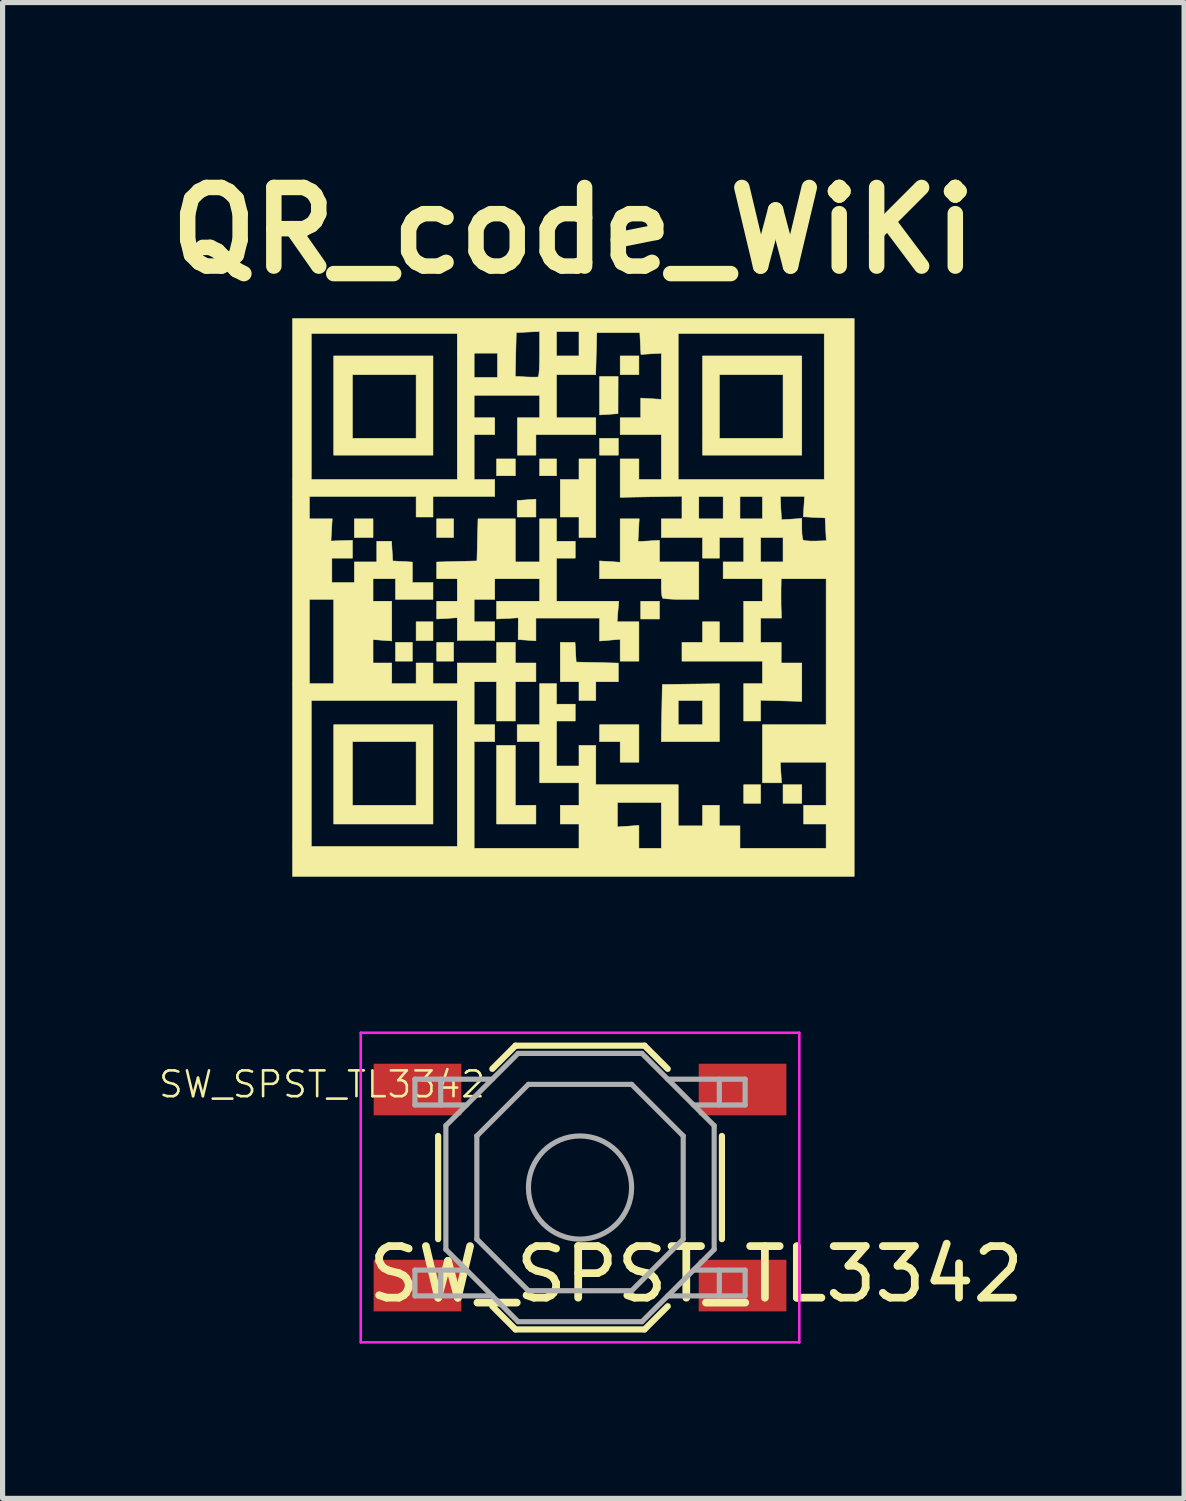
<source format=kicad_pcb>
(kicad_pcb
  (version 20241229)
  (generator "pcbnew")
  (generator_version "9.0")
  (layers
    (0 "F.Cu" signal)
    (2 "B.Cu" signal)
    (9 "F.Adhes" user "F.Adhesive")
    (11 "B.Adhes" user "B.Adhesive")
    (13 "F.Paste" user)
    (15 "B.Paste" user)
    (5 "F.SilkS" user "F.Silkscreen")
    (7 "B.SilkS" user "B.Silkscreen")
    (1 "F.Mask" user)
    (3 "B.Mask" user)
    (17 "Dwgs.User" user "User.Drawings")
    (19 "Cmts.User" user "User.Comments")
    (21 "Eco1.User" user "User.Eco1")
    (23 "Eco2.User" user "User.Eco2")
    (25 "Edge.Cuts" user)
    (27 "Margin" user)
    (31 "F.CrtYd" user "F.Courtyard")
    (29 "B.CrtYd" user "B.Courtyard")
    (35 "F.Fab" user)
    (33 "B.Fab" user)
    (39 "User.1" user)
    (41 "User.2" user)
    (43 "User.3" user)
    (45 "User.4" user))
  (footprint "QR_code_WiKi"
    (layer "F.Cu")
    (at 8.063 8.53)
    (property "Reference" "QR_code_WiKi" (at 0 -7.112 0) (layer "F.SilkS") (effects (font (size 1.524 1.524) (thickness 0.3))))
    (attr through_hole)
    (fp_poly (pts (xy -3.883 -1.161) (xy -4.245 -1.161) (xy -4.245 -1.524) (xy -3.883 -1.524)) (stroke (width 0.01) (type solid)) (fill yes) (layer "F.SilkS"))
    (fp_poly (pts (xy -3.121 1.234) (xy -3.447 1.234) (xy -3.447 0.871) (xy -3.121 0.871)) (stroke (width 0.01) (type solid)) (fill yes) (layer "F.SilkS"))
    (fp_poly (pts (xy -2.721 0.835) (xy -3.048 0.835) (xy -3.048 0.472) (xy -2.721 0.472)) (stroke (width 0.01) (type solid)) (fill yes) (layer "F.SilkS"))
    (fp_poly (pts (xy -2.322 -1.161) (xy -2.649 -1.161) (xy -2.649 -1.524) (xy -2.322 -1.524)) (stroke (width 0.01) (type solid)) (fill yes) (layer "F.SilkS"))
    (fp_poly (pts (xy -2.322 1.234) (xy -2.649 1.234) (xy -2.649 0.871) (xy -2.322 0.871)) (stroke (width 0.01) (type solid)) (fill yes) (layer "F.SilkS"))
    (fp_poly (pts (xy -1.125 -2.359) (xy -1.488 -2.359) (xy -1.488 -2.685) (xy -1.125 -2.685)) (stroke (width 0.01) (type solid)) (fill yes) (layer "F.SilkS"))
    (fp_poly (pts (xy -0.327 -2.359) (xy -0.653 -2.359) (xy -0.653 -2.685) (xy -0.327 -2.685)) (stroke (width 0.01) (type solid)) (fill yes) (layer "F.SilkS"))
    (fp_poly (pts (xy 0.871 -2.758) (xy 0.508 -2.758) (xy 0.508 -3.084) (xy 0.871 -3.084)) (stroke (width 0.01) (type solid)) (fill yes) (layer "F.SilkS"))
    (fp_poly (pts (xy 1.27 -4.318) (xy 0.907 -4.318) (xy 0.907 -4.681) (xy 1.27 -4.681)) (stroke (width 0.01) (type solid)) (fill yes) (layer "F.SilkS"))
    (fp_poly (pts (xy 1.669 0.417) (xy 1.306 0.417) (xy 1.306 0.073) (xy 1.669 0.073)) (stroke (width 0.01) (type solid)) (fill yes) (layer "F.SilkS"))
    (fp_poly (pts (xy 3.629 3.991) (xy 3.302 3.991) (xy 3.302 3.629) (xy 3.629 3.629)) (stroke (width 0.01) (type solid)) (fill yes) (layer "F.SilkS"))
    (fp_poly (pts (xy 4.427 3.991) (xy 4.064 3.991) (xy 4.064 3.629) (xy 4.427 3.629)) (stroke (width 0.01) (type solid)) (fill yes) (layer "F.SilkS"))
    (fp_poly (pts (xy -1.125 4.028) (xy -0.726 4.028) (xy -0.726 4.391) (xy -1.488 4.391) (xy -1.488 2.867) (xy -1.125 2.867)) (stroke (width 0.01) (type solid)) (fill yes) (layer "F.SilkS"))
    (fp_poly (pts (xy -0.726 -1.733) (xy -0.726 -1.56) (xy -1.089 -1.56) (xy -1.089 -1.88) (xy -0.907 -1.892) (xy -0.726 -1.905)) (stroke (width 0.01) (type solid)) (fill yes) (layer "F.SilkS"))
    (fp_poly (pts (xy 0.865 -3.563) (xy 0.686 -3.55) (xy 0.508 -3.538) (xy 0.508 -3.91) (xy 0.508 -4.282) (xy 0.867 -4.282)) (stroke (width 0.01) (type solid)) (fill yes) (layer "F.SilkS"))
    (fp_poly (pts (xy 1.27 3.193) (xy 0.907 3.193) (xy 0.907 2.794) (xy 0.508 2.794) (xy 0.508 2.467) (xy 1.27 2.467)) (stroke (width 0.01) (type solid)) (fill yes) (layer "F.SilkS"))
    (fp_poly (pts (xy 0.435 -1.161) (xy 0.109 -1.161) (xy 0.109 -1.56) (xy -0.254 -1.56) (xy -0.254 -2.286) (xy 0.109 -2.286) (xy 0.109 -2.685) (xy 0.435 -2.685)) (stroke (width 0.01) (type solid)) (fill yes) (layer "F.SilkS"))
    (fp_poly (pts (xy -2.721 -2.758) (xy -4.645 -2.758) (xy -4.645 -4.318) (xy -4.282 -4.318) (xy -4.282 -3.084) (xy -3.048 -3.084) (xy -3.048 -4.318) (xy -4.282 -4.318) (xy -4.645 -4.318) (xy -4.645 -4.681) (xy -2.721 -4.681)) (stroke (width 0.01) (type solid)) (fill yes) (layer "F.SilkS"))
    (fp_poly (pts (xy -2.721 4.391) (xy -4.645 4.391) (xy -4.645 2.794) (xy -4.282 2.794) (xy -4.282 4.028) (xy -3.048 4.028) (xy -3.048 2.794) (xy -4.282 2.794) (xy -4.645 2.794) (xy -4.645 2.467) (xy -2.721 2.467)) (stroke (width 0.01) (type solid)) (fill yes) (layer "F.SilkS"))
    (fp_poly (pts (xy 4.427 -2.758) (xy 2.504 -2.758) (xy 2.504 -4.318) (xy 2.83 -4.318) (xy 2.83 -3.084) (xy 4.064 -3.084) (xy 4.064 -4.318) (xy 2.83 -4.318) (xy 2.504 -4.318) (xy 2.504 -4.681) (xy 4.427 -4.681)) (stroke (width 0.01) (type solid)) (fill yes) (layer "F.SilkS"))
    (fp_poly (pts (xy 0.043 1.061) (xy 0.054 1.252) (xy 0.463 1.262) (xy 0.871 1.272) (xy 0.871 1.633) (xy 0.435 1.633) (xy 0.435 1.996) (xy 0.109 1.996) (xy 0.109 1.633) (xy -0.254 1.633) (xy -0.254 0.871) (xy 0.032 0.871)) (stroke (width 0.01) (type solid)) (fill yes) (layer "F.SilkS"))
    (fp_poly (pts (xy 2.83 2.794) (xy 1.704 2.794) (xy 1.718 1.996) (xy 2.032 1.996) (xy 2.032 2.467) (xy 2.504 2.467) (xy 2.504 1.996) (xy 2.032 1.996) (xy 1.718 1.996) (xy 1.724 1.687) (xy 2.277 1.679) (xy 2.83 1.672)) (stroke (width 0.01) (type solid)) (fill yes) (layer "F.SilkS"))
    (fp_poly (pts (xy 1.264 -1.303) (xy 1.252 -1.083) (xy 1.669 -1.107) (xy 1.669 -0.898) (xy 1.669 -0.689) (xy 2.431 -0.689) (xy 2.431 0.036) (xy 2.092 0.036) (xy 1.942 0.034) (xy 1.821 0.027) (xy 1.745 0.018) (xy 1.73 0.012) (xy 1.715 -0.036) (xy 1.707 -0.13) (xy 1.705 -0.187) (xy 1.705 -0.363) (xy 0.508 -0.363) (xy 0.508 -0.535) (xy 0.508 -0.708) (xy 0.708 -0.695) (xy 0.907 -0.683) (xy 0.907 -1.524) (xy 1.276 -1.524)) (stroke (width 0.01) (type solid)) (fill yes) (layer "F.SilkS"))
    (fp_poly (pts (xy -1.125 -0.689) (xy -0.653 -0.689) (xy -0.653 -1.524) (xy -0.327 -1.524) (xy -0.327 -1.089) (xy 0.036 -1.089) (xy 0.036 -0.762) (xy -0.327 -0.762) (xy -0.327 0.073) (xy 0.88 0.073) (xy 0.863 0.272) (xy 0.847 0.472) (xy 1.27 0.472) (xy 1.27 1.234) (xy 0.907 1.234) (xy 0.907 0.81) (xy 0.508 0.844) (xy 0.508 0.399) (xy -0.726 0.399) (xy -0.726 0.839) (xy -1.07 0.816) (xy -1.068 0.394) (xy -1.488 0.417) (xy -1.488 0.245) (xy -1.488 0.073) (xy -0.653 0.073) (xy -0.653 -0.363) (xy -1.524 -0.363) (xy -1.524 0.036) (xy -1.923 0.036) (xy -1.923 0.472) (xy -1.524 0.472) (xy -1.524 0.832) (xy -1.887 0.831) (xy -2.25 0.831) (xy -2.25 0.392) (xy -2.449 0.405) (xy -2.649 0.417) (xy -2.649 0.245) (xy -2.649 0.073) (xy -2.25 0.073) (xy -2.25 -0.363) (xy -2.649 -0.363) (xy -2.649 -0.525) (xy -2.649 -0.687) (xy -1.869 -0.708) (xy -1.858 -1.116) (xy -1.848 -1.524) (xy -1.125 -1.524)) (stroke (width 0.01) (type solid)) (fill yes) (layer "F.SilkS"))
    (fp_poly (pts (xy 5.443 5.407) (xy -5.443 5.407) (xy -5.443 1.996) (xy -5.08 1.996) (xy -5.08 4.826) (xy -2.25 4.826) (xy -2.25 1.996) (xy -5.08 1.996) (xy -5.443 1.996) (xy -5.443 0.036) (xy -5.116 0.036) (xy -5.116 1.669) (xy -4.645 1.669) (xy -4.645 0.036) (xy -5.116 0.036) (xy -5.443 0.036) (xy -5.443 -1.959) (xy -5.116 -1.959) (xy -5.116 -1.524) (xy -4.674 -1.524) (xy -4.699 -1.094) (xy -4.282 -1.107) (xy -4.282 -0.934) (xy -4.282 -0.762) (xy -4.681 -0.762) (xy -4.681 -0.29) (xy -4.245 -0.29) (xy -4.245 -0.689) (xy -3.81 -0.689) (xy -3.81 -1.089) (xy -3.524 -1.089) (xy -3.513 -0.898) (xy -3.502 -0.708) (xy -3.311 -0.697) (xy -3.121 -0.686) (xy -3.121 -0.29) (xy -2.721 -0.29) (xy -2.721 0.036) (xy -3.447 0.036) (xy -3.447 -0.363) (xy -3.883 -0.363) (xy -3.883 0.073) (xy -3.52 0.073) (xy -3.52 0.842) (xy -3.701 0.829) (xy -3.883 0.816) (xy -3.883 1.043) (xy -3.883 1.27) (xy -3.52 1.27) (xy -3.52 1.669) (xy -3.048 1.669) (xy -3.048 1.27) (xy -2.721 1.27) (xy -2.721 1.669) (xy -2.25 1.669) (xy -2.25 1.27) (xy -1.488 1.27) (xy -1.488 0.871) (xy -1.125 0.871) (xy -1.125 1.27) (xy -0.726 1.27) (xy -0.726 1.633) (xy -1.125 1.633) (xy -1.125 2.395) (xy -1.488 2.395) (xy -1.488 1.633) (xy -1.923 1.633) (xy -1.923 2.467) (xy -1.524 2.467) (xy -1.524 2.794) (xy -1.923 2.794) (xy -1.923 4.862) (xy 0.109 4.862) (xy 0.109 4.391) (xy -0.254 4.391) (xy -0.254 4.028) (xy 0.109 4.028) (xy 0.109 3.973) (xy 0.853 3.973) (xy 0.853 4.448) (xy 1.061 4.433) (xy 1.27 4.418) (xy 1.27 4.862) (xy 1.705 4.862) (xy 1.705 3.973) (xy 0.853 3.973) (xy 0.109 3.973) (xy 0.109 3.592) (xy -0.653 3.592) (xy -0.653 2.794) (xy -1.089 2.794) (xy -1.089 2.467) (xy -0.653 2.467) (xy -0.653 1.669) (xy -0.327 1.669) (xy -0.327 2.068) (xy 0.036 2.068) (xy 0.036 2.395) (xy -0.327 2.395) (xy -0.327 3.266) (xy 0.109 3.266) (xy 0.109 2.867) (xy 0.435 2.867) (xy 0.435 3.629) (xy 2.032 3.629) (xy 2.032 4.427) (xy 2.504 4.427) (xy 2.504 4.028) (xy 2.83 4.028) (xy 2.83 4.427) (xy 3.229 4.427) (xy 3.229 4.862) (xy 4.899 4.862) (xy 4.899 4.391) (xy 4.463 4.391) (xy 4.463 4.028) (xy 4.899 4.028) (xy 4.899 3.193) (xy 4.454 3.193) (xy 4.01 3.193) (xy 4.022 3.393) (xy 4.034 3.592) (xy 3.665 3.592) (xy 3.665 2.467) (xy 4.899 2.467) (xy 4.899 -0.363) (xy 4.028 -0.363) (xy 4.024 -0.154) (xy 4.024 0.001) (xy 4.025 0.16) (xy 4.027 0.227) (xy 4.033 0.399) (xy 3.629 0.399) (xy 3.629 0.871) (xy 4.028 0.871) (xy 4.028 1.27) (xy 4.427 1.27) (xy 4.427 1.642) (xy 4.427 2.014) (xy 3.629 1.991) (xy 3.629 2.395) (xy 3.302 2.395) (xy 3.302 1.669) (xy 3.665 1.669) (xy 3.665 1.234) (xy 2.105 1.234) (xy 2.105 0.871) (xy 2.504 0.871) (xy 2.504 0.472) (xy 2.83 0.472) (xy 2.83 0.871) (xy 3.302 0.871) (xy 3.302 0.073) (xy 3.665 0.073) (xy 3.665 -0.363) (xy 2.903 -0.363) (xy 2.903 -0.689) (xy 3.302 -0.689) (xy 3.302 -1.161) (xy 3.629 -1.161) (xy 3.629 -0.689) (xy 4.064 -0.689) (xy 4.064 -1.161) (xy 3.629 -1.161) (xy 3.302 -1.161) (xy 2.83 -1.161) (xy 2.83 -0.762) (xy 2.504 -0.762) (xy 2.504 -1.161) (xy 1.705 -1.161) (xy 1.705 -1.524) (xy 2.105 -1.524) (xy 2.105 -1.959) (xy 2.431 -1.959) (xy 2.431 -1.524) (xy 2.903 -1.524) (xy 2.903 -1.959) (xy 3.229 -1.959) (xy 3.229 -1.524) (xy 3.665 -1.524) (xy 3.665 -1.959) (xy 3.229 -1.959) (xy 2.903 -1.959) (xy 2.431 -1.959) (xy 2.105 -1.959) (xy 2.105 -1.96) (xy 4.01 -1.96) (xy 4.021 -1.733) (xy 4.033 -1.506) (xy 4.23 -1.518) (xy 4.427 -1.531) (xy 4.427 -1.334) (xy 4.431 -1.22) (xy 4.442 -1.137) (xy 4.452 -1.112) (xy 4.499 -1.099) (xy 4.596 -1.093) (xy 4.689 -1.093) (xy 4.902 -1.1) (xy 4.891 -1.321) (xy 4.88 -1.542) (xy 4.669 -1.553) (xy 4.457 -1.564) (xy 4.469 -1.762) (xy 4.481 -1.96) (xy 4.245 -1.96) (xy 4.01 -1.96) (xy 2.105 -1.96) (xy 2.105 -1.963) (xy 1.506 -1.952) (xy 0.907 -1.941) (xy 0.907 -2.313) (xy 0.907 -2.685) (xy 1.27 -2.685) (xy 1.27 -2.286) (xy 1.705 -2.286) (xy 1.705 -3.157) (xy 0.907 -3.157) (xy 0.907 -3.483) (xy 1.306 -3.483) (xy 1.306 -3.674) (xy 1.306 -3.864) (xy 1.705 -3.84) (xy 1.705 -4.287) (xy 1.706 -4.735) (xy 1.31 -4.711) (xy 1.299 -4.923) (xy 1.289 -5.116) (xy 2.032 -5.116) (xy 2.032 -2.286) (xy 4.862 -2.286) (xy 4.862 -5.116) (xy 2.032 -5.116) (xy 1.289 -5.116) (xy 1.288 -5.134) (xy 0.454 -5.134) (xy 0.443 -4.726) (xy 0.433 -4.318) (xy -0.327 -4.318) (xy -0.327 -3.483) (xy 0.435 -3.483) (xy 0.435 -3.157) (xy -0.726 -3.157) (xy -0.726 -2.758) (xy -1.084 -2.758) (xy -1.084 -3.483) (xy -0.653 -3.483) (xy -0.653 -3.919) (xy -1.923 -3.919) (xy -1.923 -3.483) (xy -1.524 -3.483) (xy -1.524 -3.157) (xy -1.923 -3.157) (xy -1.923 -2.286) (xy -1.524 -2.286) (xy -1.524 -1.959) (xy -2.721 -1.959) (xy -2.721 -1.56) (xy -3.048 -1.56) (xy -3.048 -1.959) (xy -5.116 -1.959) (xy -5.443 -1.959) (xy -5.443 -5.116) (xy -5.08 -5.116) (xy -5.08 -2.286) (xy -2.25 -2.286) (xy -2.25 -4.735) (xy -1.923 -4.735) (xy -1.923 -4.264) (xy -1.47 -4.264) (xy -1.47 -4.285) (xy -1.127 -4.285) (xy -0.917 -4.274) (xy -0.799 -4.27) (xy -0.712 -4.271) (xy -0.68 -4.275) (xy -0.67 -4.313) (xy -0.661 -4.41) (xy -0.655 -4.55) (xy -0.653 -4.719) (xy -0.653 -4.721) (xy -0.653 -5.153) (xy -0.327 -5.153) (xy -0.327 -4.681) (xy 0.109 -4.681) (xy 0.109 -5.153) (xy -0.327 -5.153) (xy -0.653 -5.153) (xy -0.653 -5.156) (xy -0.88 -5.145) (xy -1.107 -5.134) (xy -1.117 -4.71) (xy -1.127 -4.285) (xy -1.47 -4.285) (xy -1.47 -4.735) (xy -1.923 -4.735) (xy -2.25 -4.735) (xy -2.25 -5.116) (xy -5.08 -5.116) (xy -5.443 -5.116) (xy -5.443 -5.407) (xy 5.443 -5.407)) (stroke (width 0.01) (type solid)) (fill yes) (layer "F.SilkS")))
  (footprint "SW_SPST_TL3342"
    (layer "F.Cu")
    (at 8.192 19.967)
    (property "Reference" "SW_SPST_TL3342" (at 2.25 1.68 0) (layer "F.SilkS") (effects (font (size 1 1) (thickness 0.15))))
    (attr smd)
    (fp_line (start -2.75 -1) (end -2.75 1) (stroke (width 0.12) (type solid)) (layer "F.SilkS"))
    (fp_line (start -1.7 -2.3) (end -1.25 -2.75) (stroke (width 0.12) (type solid)) (layer "F.SilkS"))
    (fp_line (start -1.7 2.3) (end -1.25 2.75) (stroke (width 0.12) (type solid)) (layer "F.SilkS"))
    (fp_line (start -1.25 -2.75) (end 1.25 -2.75) (stroke (width 0.12) (type solid)) (layer "F.SilkS"))
    (fp_line (start -1.25 2.75) (end 1.25 2.75) (stroke (width 0.12) (type solid)) (layer "F.SilkS"))
    (fp_line (start 1.7 -2.3) (end 1.25 -2.75) (stroke (width 0.12) (type solid)) (layer "F.SilkS"))
    (fp_line (start 1.7 2.3) (end 1.25 2.75) (stroke (width 0.12) (type solid)) (layer "F.SilkS"))
    (fp_line (start 2.75 -1) (end 2.75 1) (stroke (width 0.12) (type solid)) (layer "F.SilkS"))
    (fp_line (start -4.25 -3) (end 4.25 -3) (stroke (width 0.05) (type solid)) (layer "F.CrtYd"))
    (fp_line (start -4.25 3) (end -4.25 -3) (stroke (width 0.05) (type solid)) (layer "F.CrtYd"))
    (fp_line (start 4.25 -3) (end 4.25 3) (stroke (width 0.05) (type solid)) (layer "F.CrtYd"))
    (fp_line (start 4.25 3) (end -4.25 3) (stroke (width 0.05) (type solid)) (layer "F.CrtYd"))
    (fp_line (start -3.2 -2.1) (end -3.2 -1.6) (stroke (width 0.1) (type solid)) (layer "F.Fab"))
    (fp_line (start -3.2 -1.6) (end -2.2 -1.6) (stroke (width 0.1) (type solid)) (layer "F.Fab"))
    (fp_line (start -3.2 1.6) (end -2.2 1.6) (stroke (width 0.1) (type solid)) (layer "F.Fab"))
    (fp_line (start -3.2 2.1) (end -3.2 1.6) (stroke (width 0.1) (type solid)) (layer "F.Fab"))
    (fp_line (start -2.7 -2.1) (end -2.7 -1.6) (stroke (width 0.1) (type solid)) (layer "F.Fab"))
    (fp_line (start -2.7 2.1) (end -2.7 1.6) (stroke (width 0.1) (type solid)) (layer "F.Fab"))
    (fp_line (start -2.6 -1.2) (end -2.6 1.2) (stroke (width 0.1) (type solid)) (layer "F.Fab"))
    (fp_line (start -2.6 1.2) (end -1.2 2.6) (stroke (width 0.1) (type solid)) (layer "F.Fab"))
    (fp_line (start -2 -1) (end -1 -2) (stroke (width 0.1) (type solid)) (layer "F.Fab"))
    (fp_line (start -2 1) (end -2 -1) (stroke (width 0.1) (type solid)) (layer "F.Fab"))
    (fp_line (start -1.7 -2.1) (end -3.2 -2.1) (stroke (width 0.1) (type solid)) (layer "F.Fab"))
    (fp_line (start -1.7 2.1) (end -3.2 2.1) (stroke (width 0.1) (type solid)) (layer "F.Fab"))
    (fp_line (start -1.2 -2.6) (end -2.6 -1.2) (stroke (width 0.1) (type solid)) (layer "F.Fab"))
    (fp_line (start -1.2 2.6) (end 1.2 2.6) (stroke (width 0.1) (type solid)) (layer "F.Fab"))
    (fp_line (start -1 -2) (end 1 -2) (stroke (width 0.1) (type solid)) (layer "F.Fab"))
    (fp_line (start -1 2) (end -2 1) (stroke (width 0.1) (type solid)) (layer "F.Fab"))
    (fp_line (start 1 -2) (end 2 -1) (stroke (width 0.1) (type solid)) (layer "F.Fab"))
    (fp_line (start 1 2) (end -1 2) (stroke (width 0.1) (type solid)) (layer "F.Fab"))
    (fp_line (start 1.2 -2.6) (end -1.2 -2.6) (stroke (width 0.1) (type solid)) (layer "F.Fab"))
    (fp_line (start 1.2 2.6) (end 2.6 1.2) (stroke (width 0.1) (type solid)) (layer "F.Fab"))
    (fp_line (start 1.7 -2.1) (end 3.2 -2.1) (stroke (width 0.1) (type solid)) (layer "F.Fab"))
    (fp_line (start 1.7 2.1) (end 3.2 2.1) (stroke (width 0.1) (type solid)) (layer "F.Fab"))
    (fp_line (start 2 -1) (end 2 1) (stroke (width 0.1) (type solid)) (layer "F.Fab"))
    (fp_line (start 2 1) (end 1 2) (stroke (width 0.1) (type solid)) (layer "F.Fab"))
    (fp_line (start 2.6 -1.2) (end 1.2 -2.6) (stroke (width 0.1) (type solid)) (layer "F.Fab"))
    (fp_line (start 2.6 1.2) (end 2.6 -1.2) (stroke (width 0.1) (type solid)) (layer "F.Fab"))
    (fp_line (start 2.7 -2.1) (end 2.7 -1.6) (stroke (width 0.1) (type solid)) (layer "F.Fab"))
    (fp_line (start 2.7 2.1) (end 2.7 1.6) (stroke (width 0.1) (type solid)) (layer "F.Fab"))
    (fp_line (start 3.2 -2.1) (end 3.2 -1.6) (stroke (width 0.1) (type solid)) (layer "F.Fab"))
    (fp_line (start 3.2 -1.6) (end 2.2 -1.6) (stroke (width 0.1) (type solid)) (layer "F.Fab"))
    (fp_line (start 3.2 1.6) (end 2.2 1.6) (stroke (width 0.1) (type solid)) (layer "F.Fab"))
    (fp_line (start 3.2 2.1) (end 3.2 1.6) (stroke (width 0.1) (type solid)) (layer "F.Fab"))
    (fp_circle (center 0 0) (end 1 0) (stroke (width 0.1) (type solid)) (fill no) (layer "F.Fab"))
    (fp_text user "${REFERENCE}" (at -5 -2 180) (layer "F.SilkS") (effects (font (size 0.5 0.5) (thickness 0.05))))
    (pad "1" smd rect (at -3.15 -1.9) (size 1.7 1) (layers "F.Cu" "F.Mask" "F.Paste"))
    (pad "1" smd rect (at 3.15 -1.9) (size 1.7 1) (layers "F.Cu" "F.Mask" "F.Paste"))
    (pad "2" smd rect (at -3.15 1.9) (size 1.7 1) (layers "F.Cu" "F.Mask" "F.Paste"))
    (pad "2" smd rect (at 3.15 1.9) (size 1.7 1) (layers "F.Cu" "F.Mask" "F.Paste")))
  (gr_rect
    (start -3 -3)
    (end 19.9 25.992)
    (stroke (width 0.1) (type default))
    (fill no)
    (layer "Edge.Cuts")))
</source>
